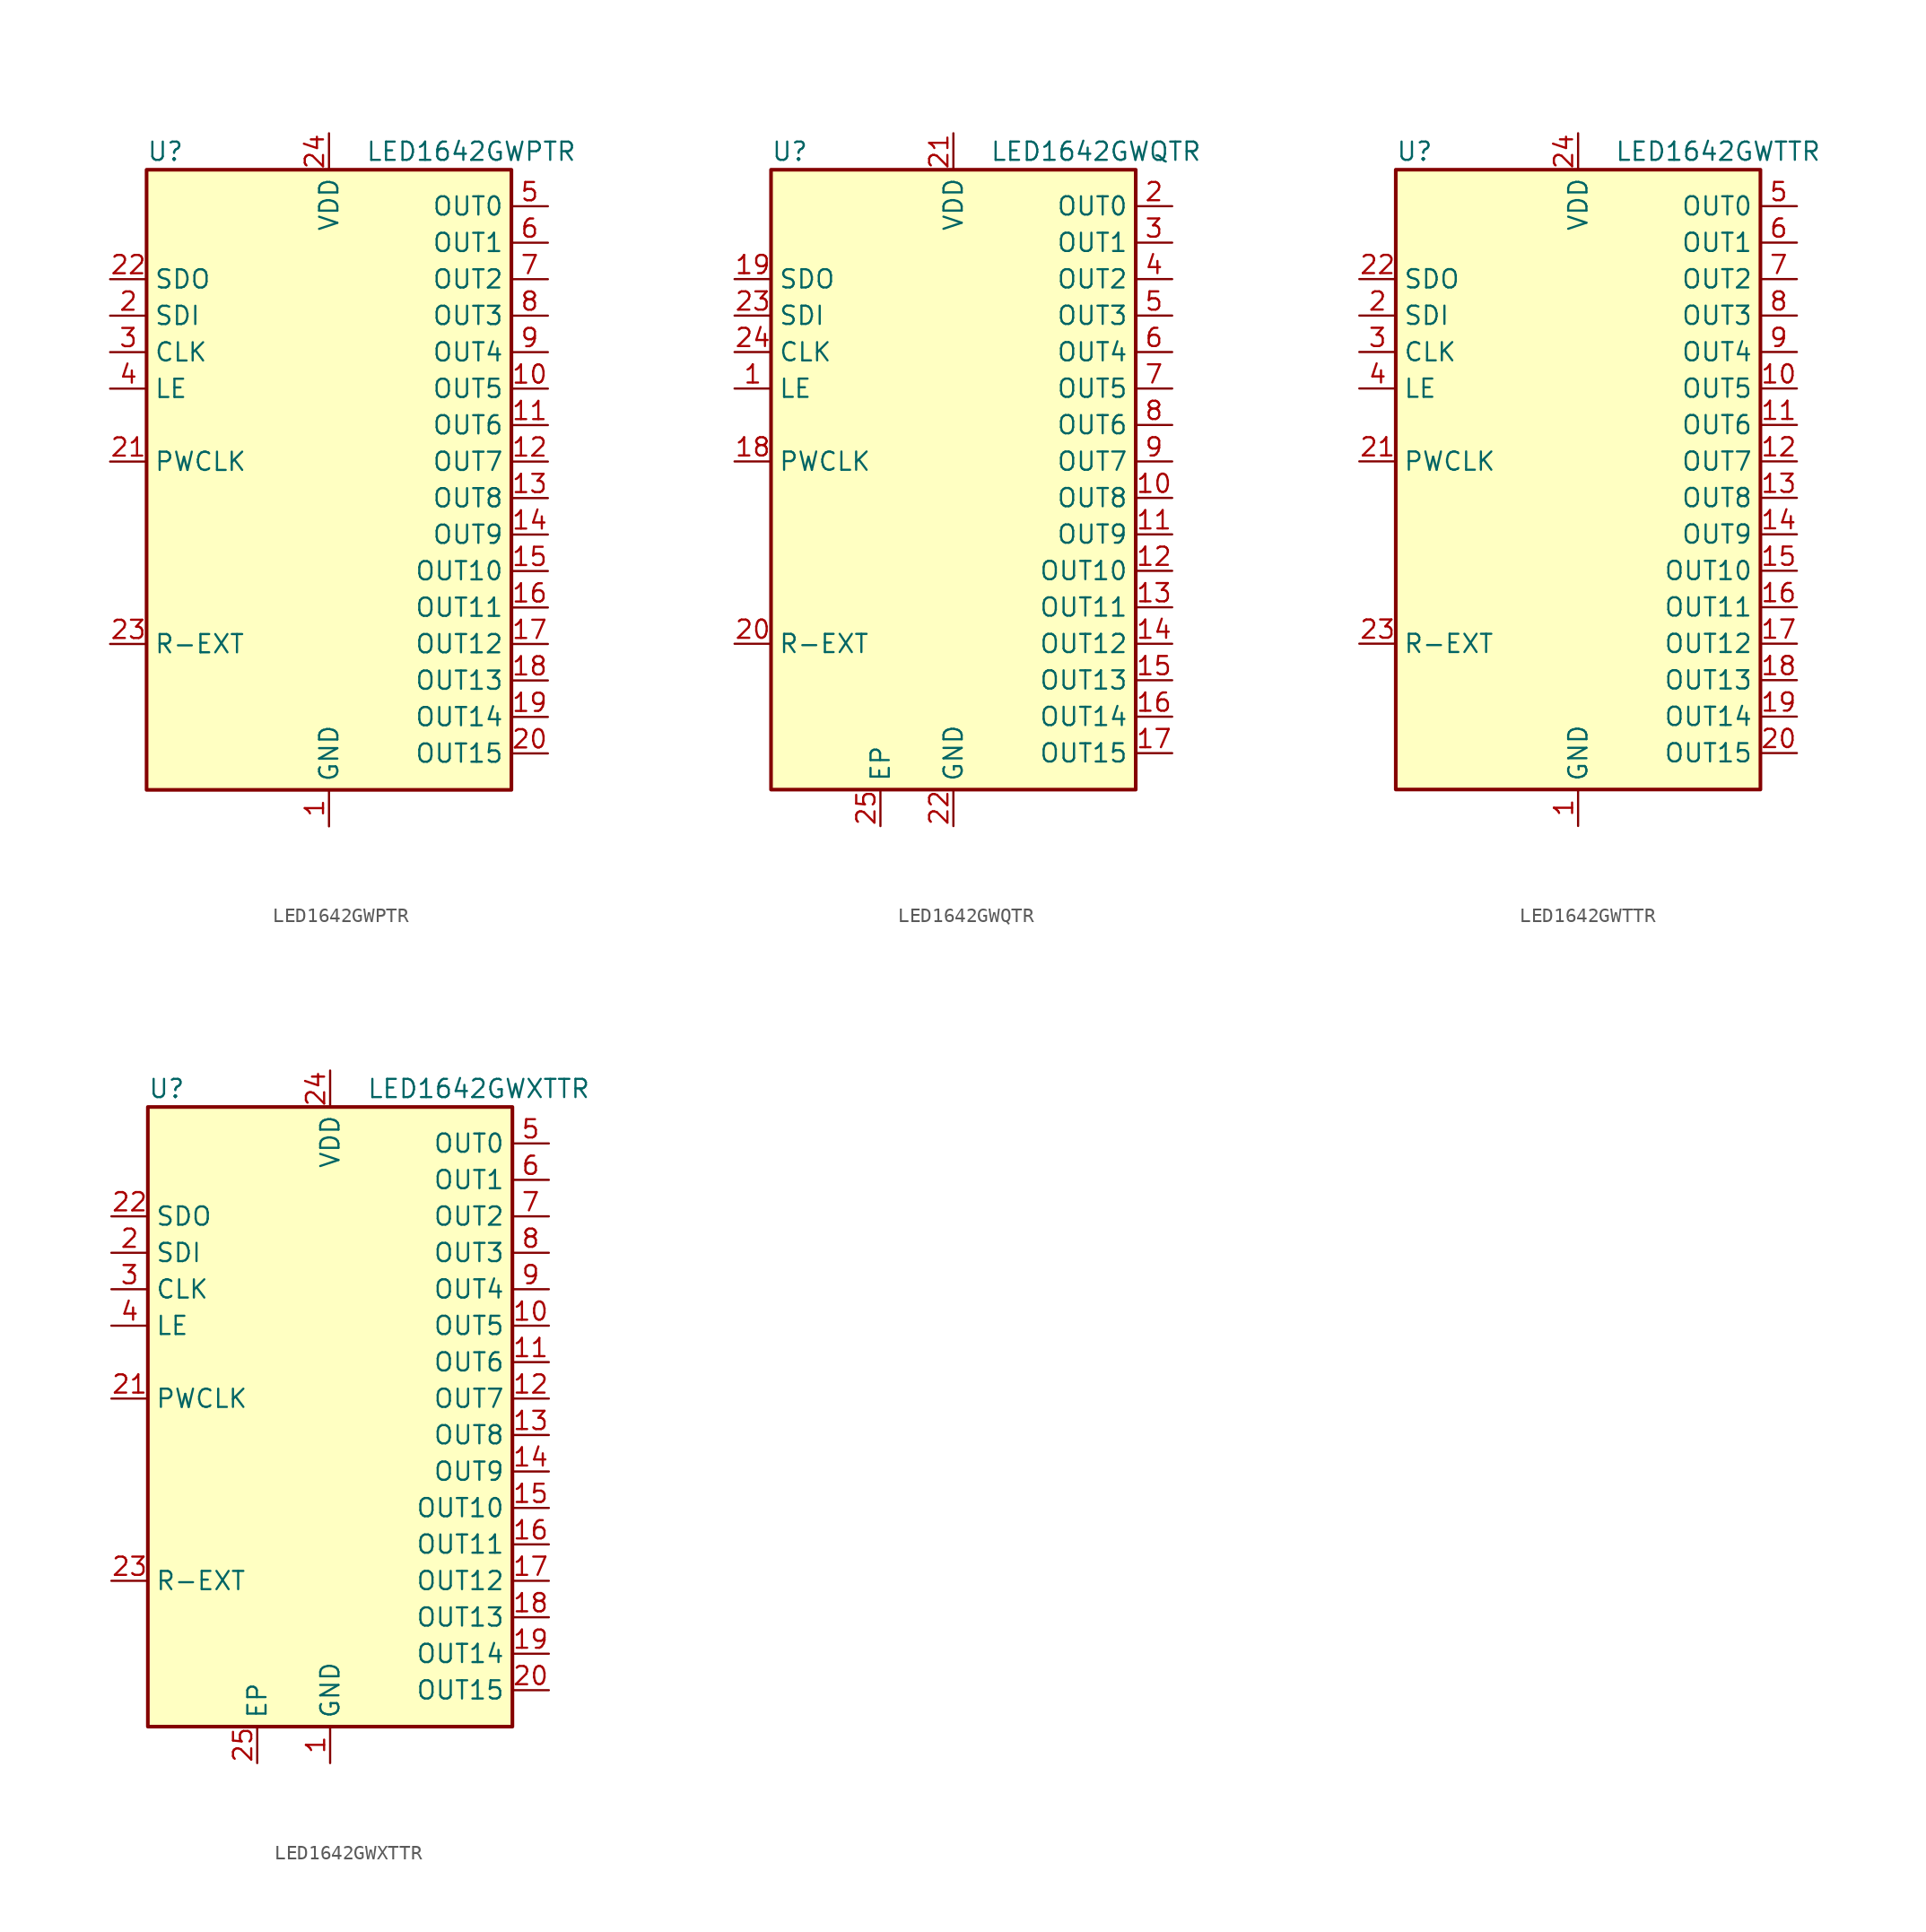
<source format=kicad_sym>
(kicad_symbol_lib
  (version 20201005)
  (generator kicad_symbol_editor)
  (symbol "LED1642GWPTR"
    (property "Reference" "U"
      (at -12.7 21.59 0)
      (effects (font (size 1.27 1.27)) (justify left)))
    (property "Value" "LED1642GWPTR"
      (at 2.54 21.59 0)
      (effects (font (size 1.27 1.27)) (justify left)))
    (symbol "LED1642GWPTR_0_1"
      (rectangle (start -12.7 20.32) (end 12.7 -22.86) (stroke (width 0.254)) (fill (type background))))
    (symbol "LED1642GWPTR_1_1"
      (pin power_in line (at 0 -25.4 90) (length 2.54) (name "GND" (effects (font (size 1.27 1.27)))) (number "1" (effects (font (size 1.27 1.27)))))
      (pin output line (at 15.24 5.08 180) (length 2.54) (name "OUT5" (effects (font (size 1.27 1.27)))) (number "10" (effects (font (size 1.27 1.27)))))
      (pin output line (at 15.24 2.54 180) (length 2.54) (name "OUT6" (effects (font (size 1.27 1.27)))) (number "11" (effects (font (size 1.27 1.27)))))
      (pin output line (at 15.24 0 180) (length 2.54) (name "OUT7" (effects (font (size 1.27 1.27)))) (number "12" (effects (font (size 1.27 1.27)))))
      (pin output line (at 15.24 -2.54 180) (length 2.54) (name "OUT8" (effects (font (size 1.27 1.27)))) (number "13" (effects (font (size 1.27 1.27)))))
      (pin output line (at 15.24 -5.08 180) (length 2.54) (name "OUT9" (effects (font (size 1.27 1.27)))) (number "14" (effects (font (size 1.27 1.27)))))
      (pin output line (at 15.24 -7.62 180) (length 2.54) (name "OUT10" (effects (font (size 1.27 1.27)))) (number "15" (effects (font (size 1.27 1.27)))))
      (pin output line (at 15.24 -10.16 180) (length 2.54) (name "OUT11" (effects (font (size 1.27 1.27)))) (number "16" (effects (font (size 1.27 1.27)))))
      (pin output line (at 15.24 -12.7 180) (length 2.54) (name "OUT12" (effects (font (size 1.27 1.27)))) (number "17" (effects (font (size 1.27 1.27)))))
      (pin output line (at 15.24 -15.24 180) (length 2.54) (name "OUT13" (effects (font (size 1.27 1.27)))) (number "18" (effects (font (size 1.27 1.27)))))
      (pin output line (at 15.24 -17.78 180) (length 2.54) (name "OUT14" (effects (font (size 1.27 1.27)))) (number "19" (effects (font (size 1.27 1.27)))))
      (pin input line (at -15.24 10.16 0) (length 2.54) (name "SDI" (effects (font (size 1.27 1.27)))) (number "2" (effects (font (size 1.27 1.27)))))
      (pin output line (at 15.24 -20.32 180) (length 2.54) (name "OUT15" (effects (font (size 1.27 1.27)))) (number "20" (effects (font (size 1.27 1.27)))))
      (pin input line (at -15.24 0 0) (length 2.54) (name "PWCLK" (effects (font (size 1.27 1.27)))) (number "21" (effects (font (size 1.27 1.27)))))
      (pin output line (at -15.24 12.7 0) (length 2.54) (name "SDO" (effects (font (size 1.27 1.27)))) (number "22" (effects (font (size 1.27 1.27)))))
      (pin passive line (at -15.24 -12.7 0) (length 2.54) (name "R-EXT" (effects (font (size 1.27 1.27)))) (number "23" (effects (font (size 1.27 1.27)))))
      (pin power_in line (at 0 22.86 270) (length 2.54) (name "VDD" (effects (font (size 1.27 1.27)))) (number "24" (effects (font (size 1.27 1.27)))))
      (pin input line (at -15.24 7.62 0) (length 2.54) (name "CLK" (effects (font (size 1.27 1.27)))) (number "3" (effects (font (size 1.27 1.27)))))
      (pin input line (at -15.24 5.08 0) (length 2.54) (name "LE" (effects (font (size 1.27 1.27)))) (number "4" (effects (font (size 1.27 1.27)))))
      (pin output line (at 15.24 17.78 180) (length 2.54) (name "OUT0" (effects (font (size 1.27 1.27)))) (number "5" (effects (font (size 1.27 1.27)))))
      (pin output line (at 15.24 15.24 180) (length 2.54) (name "OUT1" (effects (font (size 1.27 1.27)))) (number "6" (effects (font (size 1.27 1.27)))))
      (pin output line (at 15.24 12.7 180) (length 2.54) (name "OUT2" (effects (font (size 1.27 1.27)))) (number "7" (effects (font (size 1.27 1.27)))))
      (pin output line (at 15.24 10.16 180) (length 2.54) (name "OUT3" (effects (font (size 1.27 1.27)))) (number "8" (effects (font (size 1.27 1.27)))))
      (pin output line (at 15.24 7.62 180) (length 2.54) (name "OUT4" (effects (font (size 1.27 1.27)))) (number "9" (effects (font (size 1.27 1.27)))))))
  (symbol "LED1642GWQTR"
    (property "Reference" "U"
      (at -12.7 21.59 0)
      (effects (font (size 1.27 1.27)) (justify left)))
    (property "Value" "LED1642GWQTR"
      (at 2.54 21.59 0)
      (effects (font (size 1.27 1.27)) (justify left)))
    (symbol "LED1642GWQTR_0_1"
      (rectangle (start -12.7 20.32) (end 12.7 -22.86) (stroke (width 0.254)) (fill (type background))))
    (symbol "LED1642GWQTR_1_1"
      (pin input line (at -15.24 5.08 0) (length 2.54) (name "LE" (effects (font (size 1.27 1.27)))) (number "1" (effects (font (size 1.27 1.27)))))
      (pin output line (at 15.24 -2.54 180) (length 2.54) (name "OUT8" (effects (font (size 1.27 1.27)))) (number "10" (effects (font (size 1.27 1.27)))))
      (pin output line (at 15.24 -5.08 180) (length 2.54) (name "OUT9" (effects (font (size 1.27 1.27)))) (number "11" (effects (font (size 1.27 1.27)))))
      (pin output line (at 15.24 -7.62 180) (length 2.54) (name "OUT10" (effects (font (size 1.27 1.27)))) (number "12" (effects (font (size 1.27 1.27)))))
      (pin output line (at 15.24 -10.16 180) (length 2.54) (name "OUT11" (effects (font (size 1.27 1.27)))) (number "13" (effects (font (size 1.27 1.27)))))
      (pin output line (at 15.24 -12.7 180) (length 2.54) (name "OUT12" (effects (font (size 1.27 1.27)))) (number "14" (effects (font (size 1.27 1.27)))))
      (pin output line (at 15.24 -15.24 180) (length 2.54) (name "OUT13" (effects (font (size 1.27 1.27)))) (number "15" (effects (font (size 1.27 1.27)))))
      (pin output line (at 15.24 -17.78 180) (length 2.54) (name "OUT14" (effects (font (size 1.27 1.27)))) (number "16" (effects (font (size 1.27 1.27)))))
      (pin output line (at 15.24 -20.32 180) (length 2.54) (name "OUT15" (effects (font (size 1.27 1.27)))) (number "17" (effects (font (size 1.27 1.27)))))
      (pin input line (at -15.24 0 0) (length 2.54) (name "PWCLK" (effects (font (size 1.27 1.27)))) (number "18" (effects (font (size 1.27 1.27)))))
      (pin output line (at -15.24 12.7 0) (length 2.54) (name "SDO" (effects (font (size 1.27 1.27)))) (number "19" (effects (font (size 1.27 1.27)))))
      (pin output line (at 15.24 17.78 180) (length 2.54) (name "OUT0" (effects (font (size 1.27 1.27)))) (number "2" (effects (font (size 1.27 1.27)))))
      (pin passive line (at -15.24 -12.7 0) (length 2.54) (name "R-EXT" (effects (font (size 1.27 1.27)))) (number "20" (effects (font (size 1.27 1.27)))))
      (pin power_in line (at 0 22.86 270) (length 2.54) (name "VDD" (effects (font (size 1.27 1.27)))) (number "21" (effects (font (size 1.27 1.27)))))
      (pin power_in line (at 0 -25.4 90) (length 2.54) (name "GND" (effects (font (size 1.27 1.27)))) (number "22" (effects (font (size 1.27 1.27)))))
      (pin input line (at -15.24 10.16 0) (length 2.54) (name "SDI" (effects (font (size 1.27 1.27)))) (number "23" (effects (font (size 1.27 1.27)))))
      (pin input line (at -15.24 7.62 0) (length 2.54) (name "CLK" (effects (font (size 1.27 1.27)))) (number "24" (effects (font (size 1.27 1.27)))))
      (pin passive line (at -5.08 -25.4 90) (length 2.54) (name "EP" (effects (font (size 1.27 1.27)))) (number "25" (effects (font (size 1.27 1.27)))))
      (pin output line (at 15.24 15.24 180) (length 2.54) (name "OUT1" (effects (font (size 1.27 1.27)))) (number "3" (effects (font (size 1.27 1.27)))))
      (pin output line (at 15.24 12.7 180) (length 2.54) (name "OUT2" (effects (font (size 1.27 1.27)))) (number "4" (effects (font (size 1.27 1.27)))))
      (pin output line (at 15.24 10.16 180) (length 2.54) (name "OUT3" (effects (font (size 1.27 1.27)))) (number "5" (effects (font (size 1.27 1.27)))))
      (pin output line (at 15.24 7.62 180) (length 2.54) (name "OUT4" (effects (font (size 1.27 1.27)))) (number "6" (effects (font (size 1.27 1.27)))))
      (pin output line (at 15.24 5.08 180) (length 2.54) (name "OUT5" (effects (font (size 1.27 1.27)))) (number "7" (effects (font (size 1.27 1.27)))))
      (pin output line (at 15.24 2.54 180) (length 2.54) (name "OUT6" (effects (font (size 1.27 1.27)))) (number "8" (effects (font (size 1.27 1.27)))))
      (pin output line (at 15.24 0 180) (length 2.54) (name "OUT7" (effects (font (size 1.27 1.27)))) (number "9" (effects (font (size 1.27 1.27)))))))
  (symbol "LED1642GWTTR"
    (property "Reference" "U"
      (at -12.7 21.59 0)
      (effects (font (size 1.27 1.27)) (justify left)))
    (property "Value" "LED1642GWTTR"
      (at 2.54 21.59 0)
      (effects (font (size 1.27 1.27)) (justify left)))
    (symbol "LED1642GWTTR_0_1"
      (rectangle (start -12.7 20.32) (end 12.7 -22.86) (stroke (width 0.254)) (fill (type background))))
    (symbol "LED1642GWTTR_1_1"
      (pin power_in line (at 0 -25.4 90) (length 2.54) (name "GND" (effects (font (size 1.27 1.27)))) (number "1" (effects (font (size 1.27 1.27)))))
      (pin output line (at 15.24 5.08 180) (length 2.54) (name "OUT5" (effects (font (size 1.27 1.27)))) (number "10" (effects (font (size 1.27 1.27)))))
      (pin output line (at 15.24 2.54 180) (length 2.54) (name "OUT6" (effects (font (size 1.27 1.27)))) (number "11" (effects (font (size 1.27 1.27)))))
      (pin output line (at 15.24 0 180) (length 2.54) (name "OUT7" (effects (font (size 1.27 1.27)))) (number "12" (effects (font (size 1.27 1.27)))))
      (pin output line (at 15.24 -2.54 180) (length 2.54) (name "OUT8" (effects (font (size 1.27 1.27)))) (number "13" (effects (font (size 1.27 1.27)))))
      (pin output line (at 15.24 -5.08 180) (length 2.54) (name "OUT9" (effects (font (size 1.27 1.27)))) (number "14" (effects (font (size 1.27 1.27)))))
      (pin output line (at 15.24 -7.62 180) (length 2.54) (name "OUT10" (effects (font (size 1.27 1.27)))) (number "15" (effects (font (size 1.27 1.27)))))
      (pin output line (at 15.24 -10.16 180) (length 2.54) (name "OUT11" (effects (font (size 1.27 1.27)))) (number "16" (effects (font (size 1.27 1.27)))))
      (pin output line (at 15.24 -12.7 180) (length 2.54) (name "OUT12" (effects (font (size 1.27 1.27)))) (number "17" (effects (font (size 1.27 1.27)))))
      (pin output line (at 15.24 -15.24 180) (length 2.54) (name "OUT13" (effects (font (size 1.27 1.27)))) (number "18" (effects (font (size 1.27 1.27)))))
      (pin output line (at 15.24 -17.78 180) (length 2.54) (name "OUT14" (effects (font (size 1.27 1.27)))) (number "19" (effects (font (size 1.27 1.27)))))
      (pin input line (at -15.24 10.16 0) (length 2.54) (name "SDI" (effects (font (size 1.27 1.27)))) (number "2" (effects (font (size 1.27 1.27)))))
      (pin output line (at 15.24 -20.32 180) (length 2.54) (name "OUT15" (effects (font (size 1.27 1.27)))) (number "20" (effects (font (size 1.27 1.27)))))
      (pin input line (at -15.24 0 0) (length 2.54) (name "PWCLK" (effects (font (size 1.27 1.27)))) (number "21" (effects (font (size 1.27 1.27)))))
      (pin output line (at -15.24 12.7 0) (length 2.54) (name "SDO" (effects (font (size 1.27 1.27)))) (number "22" (effects (font (size 1.27 1.27)))))
      (pin passive line (at -15.24 -12.7 0) (length 2.54) (name "R-EXT" (effects (font (size 1.27 1.27)))) (number "23" (effects (font (size 1.27 1.27)))))
      (pin power_in line (at 0 22.86 270) (length 2.54) (name "VDD" (effects (font (size 1.27 1.27)))) (number "24" (effects (font (size 1.27 1.27)))))
      (pin input line (at -15.24 7.62 0) (length 2.54) (name "CLK" (effects (font (size 1.27 1.27)))) (number "3" (effects (font (size 1.27 1.27)))))
      (pin input line (at -15.24 5.08 0) (length 2.54) (name "LE" (effects (font (size 1.27 1.27)))) (number "4" (effects (font (size 1.27 1.27)))))
      (pin output line (at 15.24 17.78 180) (length 2.54) (name "OUT0" (effects (font (size 1.27 1.27)))) (number "5" (effects (font (size 1.27 1.27)))))
      (pin output line (at 15.24 15.24 180) (length 2.54) (name "OUT1" (effects (font (size 1.27 1.27)))) (number "6" (effects (font (size 1.27 1.27)))))
      (pin output line (at 15.24 12.7 180) (length 2.54) (name "OUT2" (effects (font (size 1.27 1.27)))) (number "7" (effects (font (size 1.27 1.27)))))
      (pin output line (at 15.24 10.16 180) (length 2.54) (name "OUT3" (effects (font (size 1.27 1.27)))) (number "8" (effects (font (size 1.27 1.27)))))
      (pin output line (at 15.24 7.62 180) (length 2.54) (name "OUT4" (effects (font (size 1.27 1.27)))) (number "9" (effects (font (size 1.27 1.27)))))))
  (symbol "LED1642GWXTTR"
    (property "Reference" "U"
      (at -12.7 21.59 0)
      (effects (font (size 1.27 1.27)) (justify left)))
    (property "Value" "LED1642GWXTTR"
      (at 2.54 21.59 0)
      (effects (font (size 1.27 1.27)) (justify left)))
    (symbol "LED1642GWXTTR_0_1"
      (rectangle (start -12.7 20.32) (end 12.7 -22.86) (stroke (width 0.254)) (fill (type background))))
    (symbol "LED1642GWXTTR_1_1"
      (pin power_in line (at 0 -25.4 90) (length 2.54) (name "GND" (effects (font (size 1.27 1.27)))) (number "1" (effects (font (size 1.27 1.27)))))
      (pin output line (at 15.24 5.08 180) (length 2.54) (name "OUT5" (effects (font (size 1.27 1.27)))) (number "10" (effects (font (size 1.27 1.27)))))
      (pin output line (at 15.24 2.54 180) (length 2.54) (name "OUT6" (effects (font (size 1.27 1.27)))) (number "11" (effects (font (size 1.27 1.27)))))
      (pin output line (at 15.24 0 180) (length 2.54) (name "OUT7" (effects (font (size 1.27 1.27)))) (number "12" (effects (font (size 1.27 1.27)))))
      (pin output line (at 15.24 -2.54 180) (length 2.54) (name "OUT8" (effects (font (size 1.27 1.27)))) (number "13" (effects (font (size 1.27 1.27)))))
      (pin output line (at 15.24 -5.08 180) (length 2.54) (name "OUT9" (effects (font (size 1.27 1.27)))) (number "14" (effects (font (size 1.27 1.27)))))
      (pin output line (at 15.24 -7.62 180) (length 2.54) (name "OUT10" (effects (font (size 1.27 1.27)))) (number "15" (effects (font (size 1.27 1.27)))))
      (pin output line (at 15.24 -10.16 180) (length 2.54) (name "OUT11" (effects (font (size 1.27 1.27)))) (number "16" (effects (font (size 1.27 1.27)))))
      (pin output line (at 15.24 -12.7 180) (length 2.54) (name "OUT12" (effects (font (size 1.27 1.27)))) (number "17" (effects (font (size 1.27 1.27)))))
      (pin output line (at 15.24 -15.24 180) (length 2.54) (name "OUT13" (effects (font (size 1.27 1.27)))) (number "18" (effects (font (size 1.27 1.27)))))
      (pin output line (at 15.24 -17.78 180) (length 2.54) (name "OUT14" (effects (font (size 1.27 1.27)))) (number "19" (effects (font (size 1.27 1.27)))))
      (pin input line (at -15.24 10.16 0) (length 2.54) (name "SDI" (effects (font (size 1.27 1.27)))) (number "2" (effects (font (size 1.27 1.27)))))
      (pin output line (at 15.24 -20.32 180) (length 2.54) (name "OUT15" (effects (font (size 1.27 1.27)))) (number "20" (effects (font (size 1.27 1.27)))))
      (pin input line (at -15.24 0 0) (length 2.54) (name "PWCLK" (effects (font (size 1.27 1.27)))) (number "21" (effects (font (size 1.27 1.27)))))
      (pin output line (at -15.24 12.7 0) (length 2.54) (name "SDO" (effects (font (size 1.27 1.27)))) (number "22" (effects (font (size 1.27 1.27)))))
      (pin passive line (at -15.24 -12.7 0) (length 2.54) (name "R-EXT" (effects (font (size 1.27 1.27)))) (number "23" (effects (font (size 1.27 1.27)))))
      (pin power_in line (at 0 22.86 270) (length 2.54) (name "VDD" (effects (font (size 1.27 1.27)))) (number "24" (effects (font (size 1.27 1.27)))))
      (pin passive line (at -5.08 -25.4 90) (length 2.54) (name "EP" (effects (font (size 1.27 1.27)))) (number "25" (effects (font (size 1.27 1.27)))))
      (pin input line (at -15.24 7.62 0) (length 2.54) (name "CLK" (effects (font (size 1.27 1.27)))) (number "3" (effects (font (size 1.27 1.27)))))
      (pin input line (at -15.24 5.08 0) (length 2.54) (name "LE" (effects (font (size 1.27 1.27)))) (number "4" (effects (font (size 1.27 1.27)))))
      (pin output line (at 15.24 17.78 180) (length 2.54) (name "OUT0" (effects (font (size 1.27 1.27)))) (number "5" (effects (font (size 1.27 1.27)))))
      (pin output line (at 15.24 15.24 180) (length 2.54) (name "OUT1" (effects (font (size 1.27 1.27)))) (number "6" (effects (font (size 1.27 1.27)))))
      (pin output line (at 15.24 12.7 180) (length 2.54) (name "OUT2" (effects (font (size 1.27 1.27)))) (number "7" (effects (font (size 1.27 1.27)))))
      (pin output line (at 15.24 10.16 180) (length 2.54) (name "OUT3" (effects (font (size 1.27 1.27)))) (number "8" (effects (font (size 1.27 1.27)))))
      (pin output line (at 15.24 7.62 180) (length 2.54) (name "OUT4" (effects (font (size 1.27 1.27)))) (number "9" (effects (font (size 1.27 1.27))))))))
</source>
